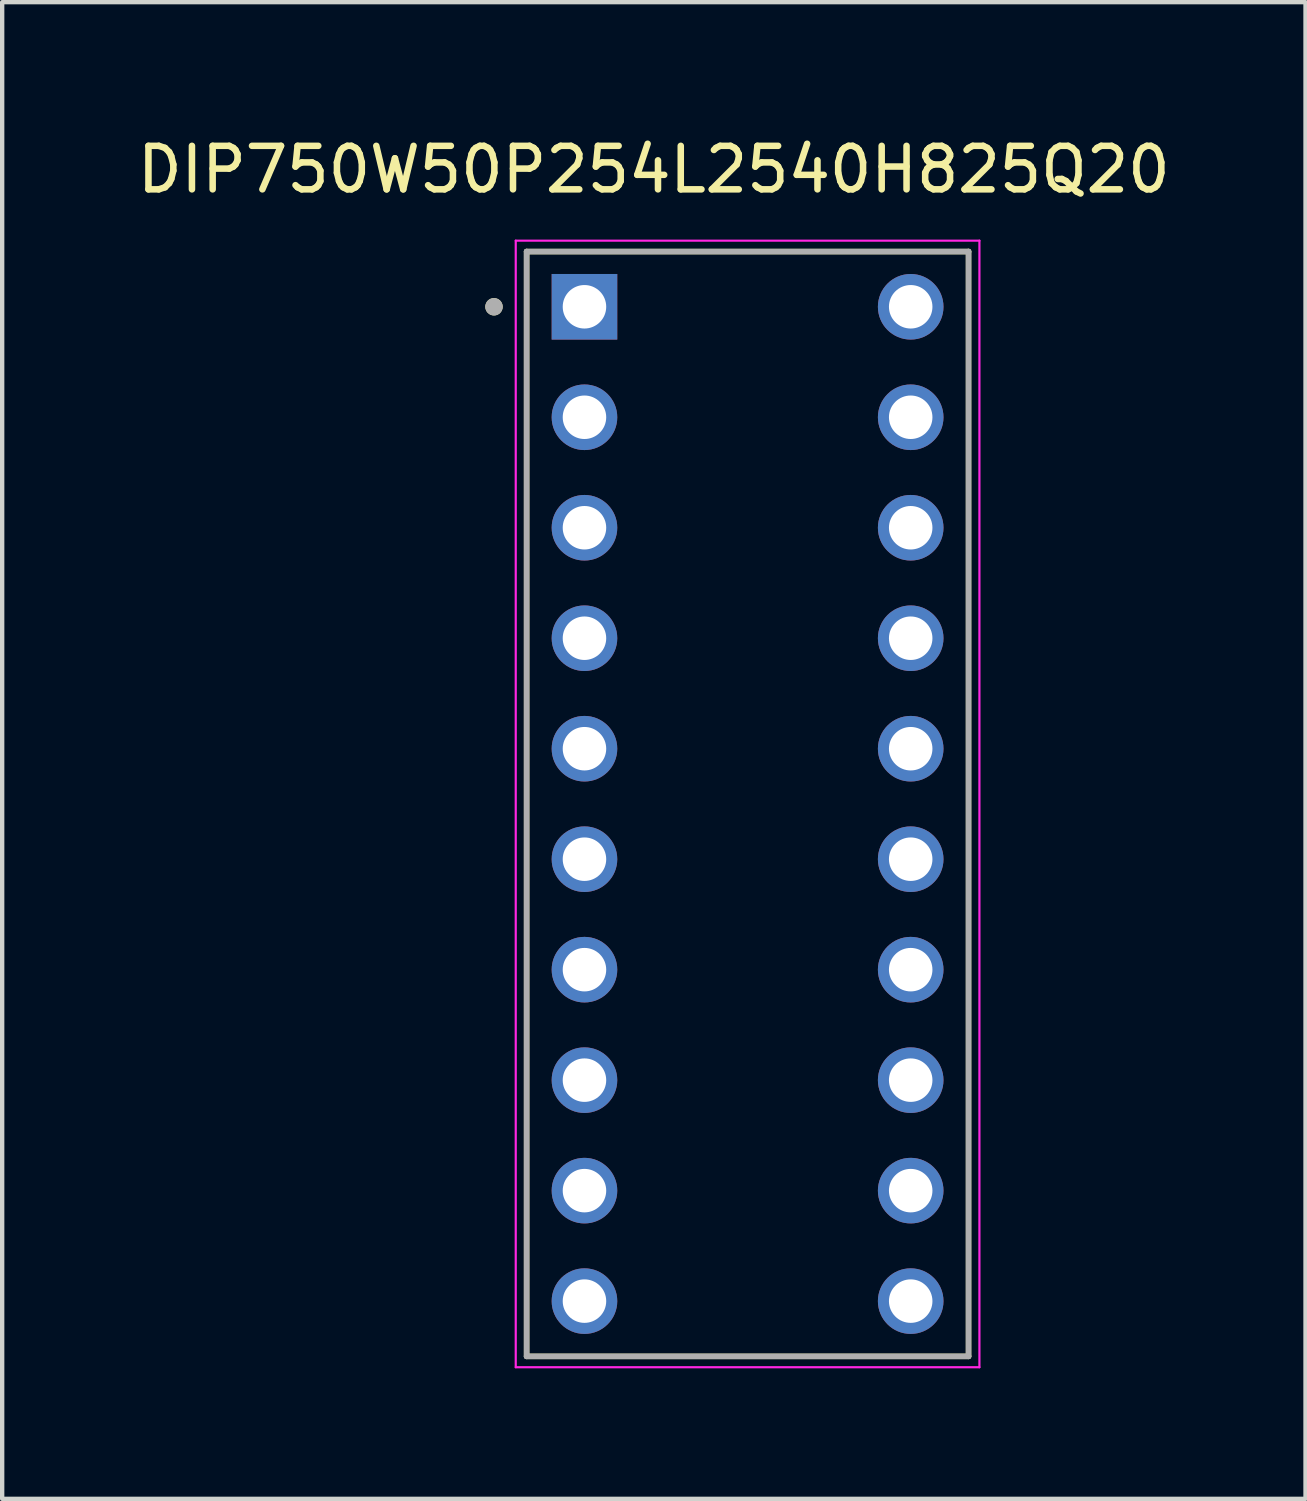
<source format=kicad_pcb>
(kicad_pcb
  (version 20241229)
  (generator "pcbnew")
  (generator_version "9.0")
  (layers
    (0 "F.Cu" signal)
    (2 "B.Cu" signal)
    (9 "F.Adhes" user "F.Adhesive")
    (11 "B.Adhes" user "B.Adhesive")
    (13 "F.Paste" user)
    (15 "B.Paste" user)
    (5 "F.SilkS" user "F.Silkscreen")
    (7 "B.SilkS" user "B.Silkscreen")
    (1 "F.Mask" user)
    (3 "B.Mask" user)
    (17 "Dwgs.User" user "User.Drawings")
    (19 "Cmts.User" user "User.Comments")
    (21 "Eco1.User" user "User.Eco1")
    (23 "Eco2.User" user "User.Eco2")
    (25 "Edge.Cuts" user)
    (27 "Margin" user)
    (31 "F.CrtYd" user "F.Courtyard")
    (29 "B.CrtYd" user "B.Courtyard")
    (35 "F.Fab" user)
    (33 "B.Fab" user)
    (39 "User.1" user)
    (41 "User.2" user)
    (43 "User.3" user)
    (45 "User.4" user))
  (footprint "DIP750W50P254L2540H825Q20"
    (layer "F.Cu")
    (at 14.137 15.433)
    (property "Reference" "DIP750W50P254L2540H825Q20" (at -2.155 -14.585 0) (layer "F.SilkS") (effects (font (size 1 1) (thickness 0.15))))
    (attr through_hole)
    (fp_line (start -5.08 -12.7) (end 5.08 -12.7) (stroke (width 0.127) (type solid)) (layer "F.SilkS"))
    (fp_line (start -5.08 12.7) (end -5.08 -12.7) (stroke (width 0.127) (type solid)) (layer "F.SilkS"))
    (fp_line (start 5.08 -12.7) (end 5.08 12.7) (stroke (width 0.127) (type solid)) (layer "F.SilkS"))
    (fp_line (start 5.08 12.7) (end -5.08 12.7) (stroke (width 0.127) (type solid)) (layer "F.SilkS"))
    (fp_circle (center -5.83 -11.43) (end -5.73 -11.43) (stroke (width 0.2) (type solid)) (fill no) (layer "F.SilkS"))
    (fp_line (start -5.33 -12.95) (end -5.33 12.95) (stroke (width 0.05) (type solid)) (layer "F.CrtYd"))
    (fp_line (start -5.33 12.95) (end 5.33 12.95) (stroke (width 0.05) (type solid)) (layer "F.CrtYd"))
    (fp_line (start 5.33 -12.95) (end -5.33 -12.95) (stroke (width 0.05) (type solid)) (layer "F.CrtYd"))
    (fp_line (start 5.33 12.95) (end 5.33 -12.95) (stroke (width 0.05) (type solid)) (layer "F.CrtYd"))
    (fp_line (start -5.08 -12.7) (end 5.08 -12.7) (stroke (width 0.127) (type solid)) (layer "F.Fab"))
    (fp_line (start -5.08 12.7) (end -5.08 -12.7) (stroke (width 0.127) (type solid)) (layer "F.Fab"))
    (fp_line (start 5.08 -12.7) (end 5.08 12.7) (stroke (width 0.127) (type solid)) (layer "F.Fab"))
    (fp_line (start 5.08 12.7) (end -5.08 12.7) (stroke (width 0.127) (type solid)) (layer "F.Fab"))
    (fp_circle (center -5.83 -11.43) (end -5.73 -11.43) (stroke (width 0.2) (type solid)) (fill no) (layer "F.Fab"))
    (pad "1" thru_hole rect (at -3.75 -11.43) (size 1.508 1.508) (drill 1) (layers "*.Cu" "*.Mask"))
    (pad "2" thru_hole circle (at -3.75 -8.89) (size 1.508 1.508) (drill 1) (layers "*.Cu" "*.Mask"))
    (pad "3" thru_hole circle (at -3.75 -6.35) (size 1.508 1.508) (drill 1) (layers "*.Cu" "*.Mask"))
    (pad "4" thru_hole circle (at -3.75 -3.81) (size 1.508 1.508) (drill 1) (layers "*.Cu" "*.Mask"))
    (pad "5" thru_hole circle (at -3.75 -1.27) (size 1.508 1.508) (drill 1) (layers "*.Cu" "*.Mask"))
    (pad "6" thru_hole circle (at -3.75 1.27) (size 1.508 1.508) (drill 1) (layers "*.Cu" "*.Mask"))
    (pad "7" thru_hole circle (at -3.75 3.81) (size 1.508 1.508) (drill 1) (layers "*.Cu" "*.Mask"))
    (pad "8" thru_hole circle (at -3.75 6.35) (size 1.508 1.508) (drill 1) (layers "*.Cu" "*.Mask"))
    (pad "9" thru_hole circle (at -3.75 8.89) (size 1.508 1.508) (drill 1) (layers "*.Cu" "*.Mask"))
    (pad "10" thru_hole circle (at -3.75 11.43) (size 1.508 1.508) (drill 1) (layers "*.Cu" "*.Mask"))
    (pad "11" thru_hole circle (at 3.75 11.43) (size 1.508 1.508) (drill 1) (layers "*.Cu" "*.Mask"))
    (pad "12" thru_hole circle (at 3.75 8.89) (size 1.508 1.508) (drill 1) (layers "*.Cu" "*.Mask"))
    (pad "13" thru_hole circle (at 3.75 6.35) (size 1.508 1.508) (drill 1) (layers "*.Cu" "*.Mask"))
    (pad "14" thru_hole circle (at 3.75 3.81) (size 1.508 1.508) (drill 1) (layers "*.Cu" "*.Mask"))
    (pad "15" thru_hole circle (at 3.75 1.27) (size 1.508 1.508) (drill 1) (layers "*.Cu" "*.Mask"))
    (pad "16" thru_hole circle (at 3.75 -1.27) (size 1.508 1.508) (drill 1) (layers "*.Cu" "*.Mask"))
    (pad "17" thru_hole circle (at 3.75 -3.81) (size 1.508 1.508) (drill 1) (layers "*.Cu" "*.Mask"))
    (pad "18" thru_hole circle (at 3.75 -6.35) (size 1.508 1.508) (drill 1) (layers "*.Cu" "*.Mask"))
    (pad "19" thru_hole circle (at 3.75 -8.89) (size 1.508 1.508) (drill 1) (layers "*.Cu" "*.Mask"))
    (pad "20" thru_hole circle (at 3.75 -11.43) (size 1.508 1.508) (drill 1) (layers "*.Cu" "*.Mask")))
  (gr_rect
    (start -3 -3)
    (end 26.964 31.408)
    (stroke (width 0.1) (type default))
    (fill no)
    (layer "Edge.Cuts")))
</source>
